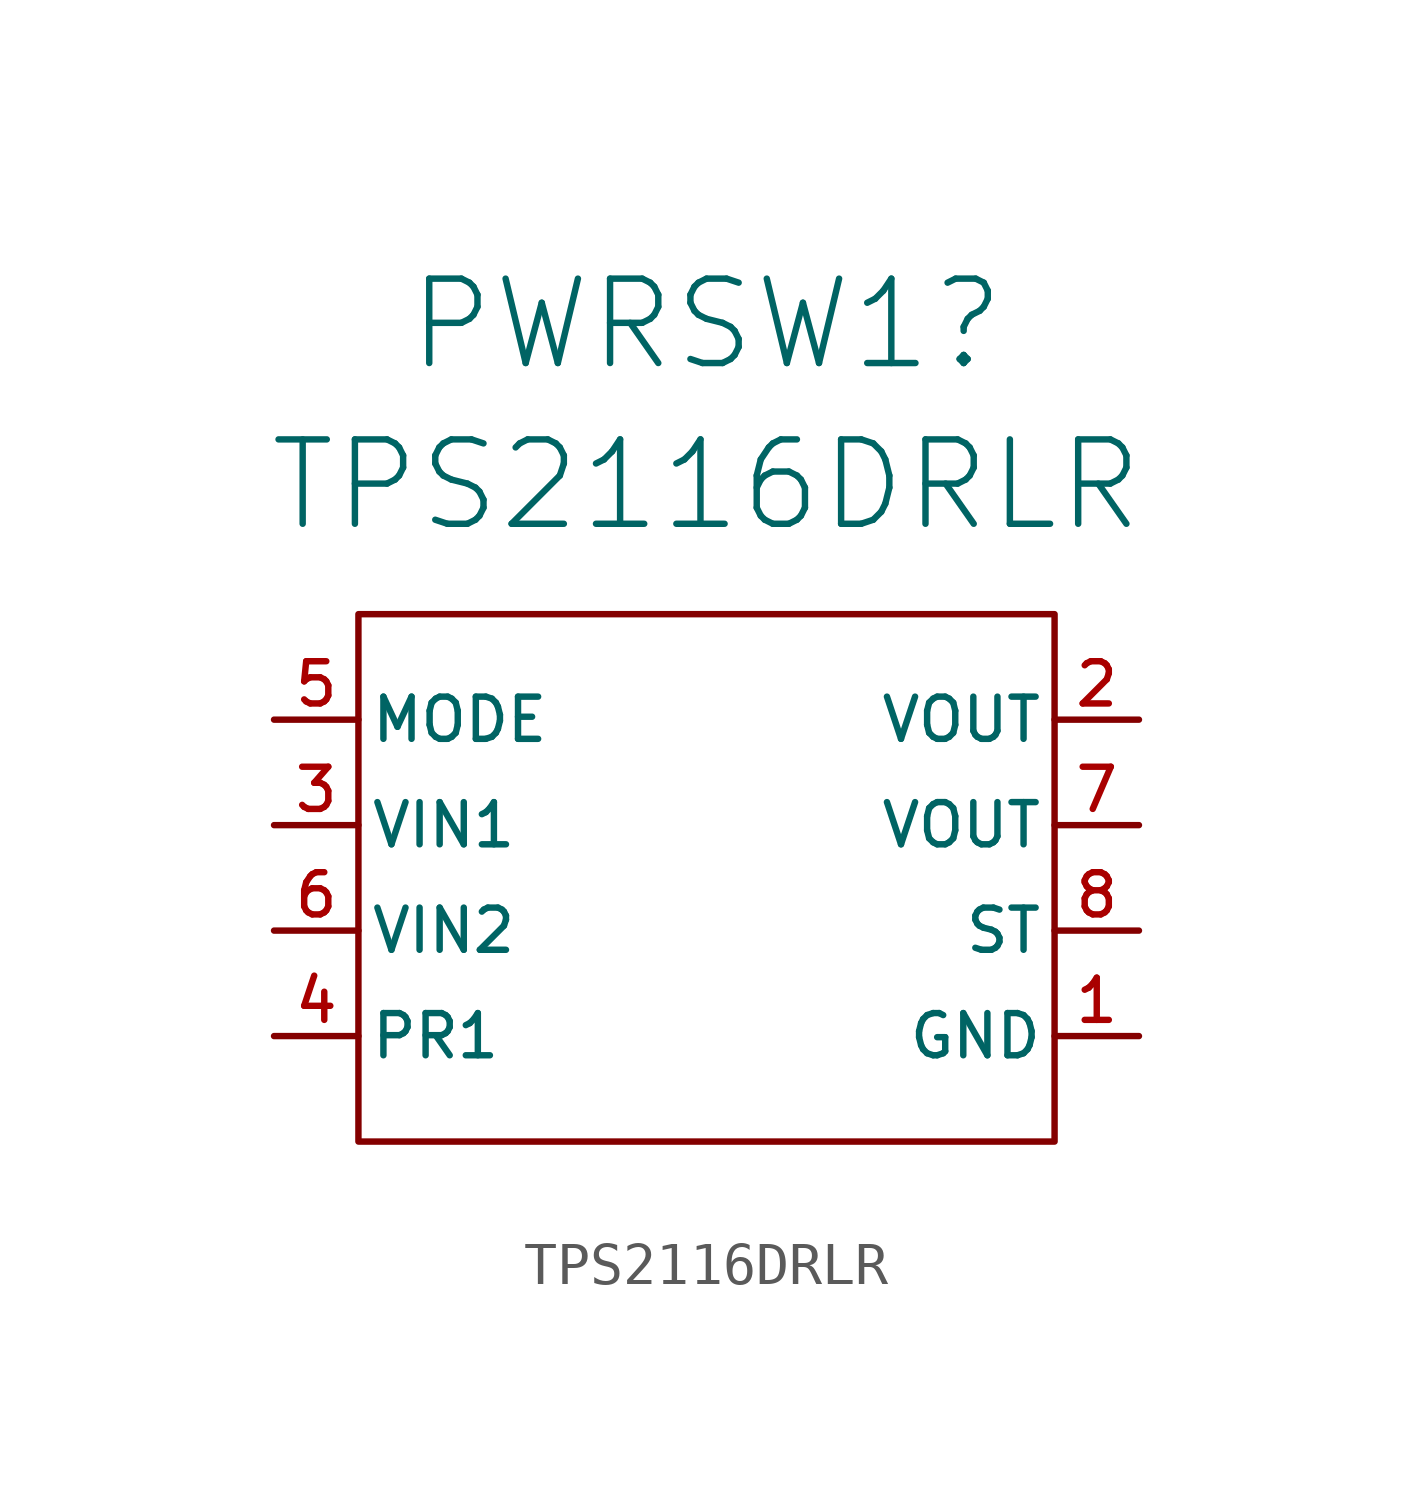
<source format=kicad_sym>
(kicad_symbol_lib
  (version 20220914)
  (generator kicad_symbol_editor)
  (symbol "TPS2116DRLR"
    (pin_names
      (offset 0.254))
    (property "Reference" "PWRSW1"
      (at 8.25 6.87 0)
      (effects (font (size 2 2))))
    (property "Value" "TPS2116DRLR"
      (at 8.25 3.06 0)
      (effects (font (size 2 2))))
    (property "ki_locked" ""
      (at 0 0 0)
      (effects (font (size 1.27 1.27))))
    (symbol "TPS2116DRLR_1_1"
      (rectangle (start 0 0) (end 16.5 -12.5) (stroke (width 0) (type default)) (fill (type none)))
      (pin power_in line (at 18.5 -10 180) (length 2) (name "GND" (effects (font (size 1 1)))) (number "1" (effects (font (size 1 1)))))
      (pin unspecified line (at 18.5 -2.5 180) (length 2) (name "VOUT" (effects (font (size 1 1)))) (number "2" (effects (font (size 1 1)))))
      (pin power_in line (at -2 -5 0) (length 2) (name "VIN1" (effects (font (size 1 1)))) (number "3" (effects (font (size 1 1)))))
      (pin input line (at -2 -10 0) (length 2) (name "PR1" (effects (font (size 1 1)))) (number "4" (effects (font (size 1 1)))))
      (pin input line (at -2 -2.5 0) (length 2) (name "MODE" (effects (font (size 1 1)))) (number "5" (effects (font (size 1 1)))))
      (pin power_in line (at -2 -7.5 0) (length 2) (name "VIN2" (effects (font (size 1 1)))) (number "6" (effects (font (size 1 1)))))
      (pin unspecified line (at 18.5 -5 180) (length 2) (name "VOUT" (effects (font (size 1 1)))) (number "7" (effects (font (size 1 1)))))
      (pin output line (at 18.5 -7.5 180) (length 2) (name "ST" (effects (font (size 1 1)))) (number "8" (effects (font (size 1 1))))))))
</source>
